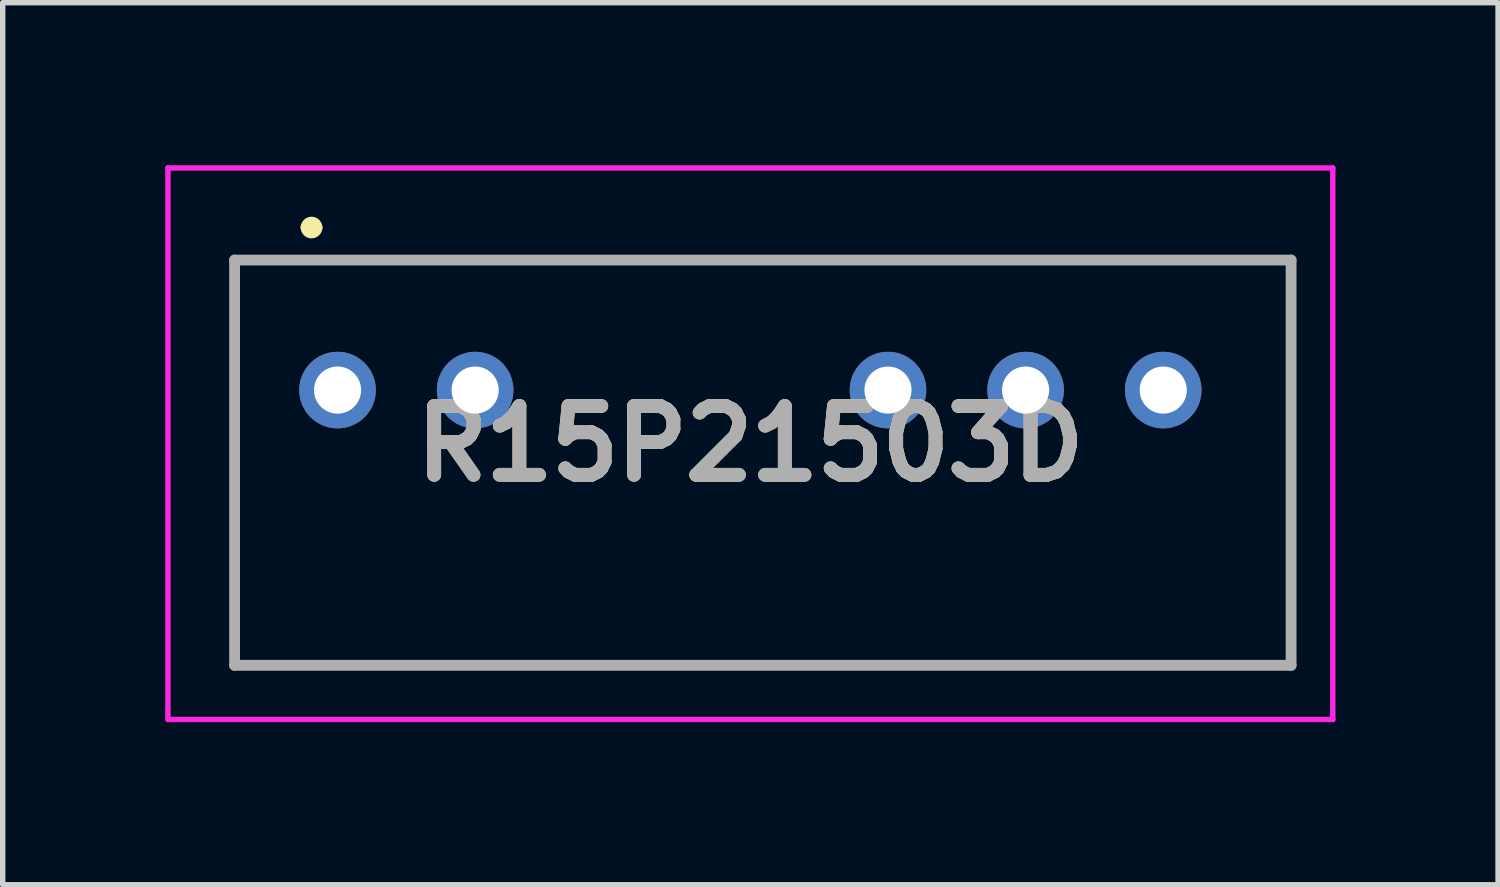
<source format=kicad_pcb>
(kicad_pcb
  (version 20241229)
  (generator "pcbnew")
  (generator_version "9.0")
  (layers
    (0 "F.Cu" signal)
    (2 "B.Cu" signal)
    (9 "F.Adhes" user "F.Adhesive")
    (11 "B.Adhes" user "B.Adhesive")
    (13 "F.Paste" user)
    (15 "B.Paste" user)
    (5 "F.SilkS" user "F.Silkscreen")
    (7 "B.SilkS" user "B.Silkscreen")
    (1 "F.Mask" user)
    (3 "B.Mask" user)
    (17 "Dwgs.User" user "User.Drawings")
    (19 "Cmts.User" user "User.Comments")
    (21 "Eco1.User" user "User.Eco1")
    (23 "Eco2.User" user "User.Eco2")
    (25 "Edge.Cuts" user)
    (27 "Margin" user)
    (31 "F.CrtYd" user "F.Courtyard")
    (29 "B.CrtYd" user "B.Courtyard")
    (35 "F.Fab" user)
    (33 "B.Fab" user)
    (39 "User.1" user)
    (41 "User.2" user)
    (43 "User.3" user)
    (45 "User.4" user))
  (footprint "R15P21503D"
    (layer "F.Cu")
    (at 3.18 4.15)
    (property "Reference" "R15P21503D" (at 7.62 0.99 0) (layer "F.SilkS") (effects (font (size 1.27 1.27) (thickness 0.254))))
    (attr through_hole)
    (fp_line (start -1.9 -2.4) (end 17.6 -2.4) (stroke (width 0.1) (type solid)) (layer "F.SilkS"))
    (fp_line (start -1.9 5.08) (end -1.9 -2.4) (stroke (width 0.1) (type solid)) (layer "F.SilkS"))
    (fp_line (start -0.58 -3) (end -0.58 -3) (stroke (width 0.2) (type solid)) (layer "F.SilkS"))
    (fp_line (start -0.38 -3) (end -0.38 -3) (stroke (width 0.2) (type solid)) (layer "F.SilkS"))
    (fp_line (start 17.6 -2.4) (end 17.6 5.08) (stroke (width 0.1) (type solid)) (layer "F.SilkS"))
    (fp_line (start 17.6 5.08) (end -1.9 5.08) (stroke (width 0.1) (type solid)) (layer "F.SilkS"))
    (fp_arc (start -0.58 -3) (mid -0.48 -3.1) (end -0.38 -3) (stroke (width 0.2) (type solid)) (layer "F.SilkS"))
    (fp_arc (start -0.38 -3) (mid -0.48 -2.9) (end -0.58 -3) (stroke (width 0.2) (type solid)) (layer "F.SilkS"))
    (fp_line (start -3.13 -4.1) (end 18.37 -4.1) (stroke (width 0.1) (type solid)) (layer "F.CrtYd"))
    (fp_line (start -3.13 6.08) (end -3.13 -4.1) (stroke (width 0.1) (type solid)) (layer "F.CrtYd"))
    (fp_line (start 18.37 -4.1) (end 18.37 6.08) (stroke (width 0.1) (type solid)) (layer "F.CrtYd"))
    (fp_line (start 18.37 6.08) (end -3.13 6.08) (stroke (width 0.1) (type solid)) (layer "F.CrtYd"))
    (fp_line (start -1.9 -2.4) (end 17.6 -2.4) (stroke (width 0.2) (type solid)) (layer "F.Fab"))
    (fp_line (start -1.9 5.08) (end -1.9 -2.4) (stroke (width 0.2) (type solid)) (layer "F.Fab"))
    (fp_line (start 17.6 -2.4) (end 17.6 5.08) (stroke (width 0.2) (type solid)) (layer "F.Fab"))
    (fp_line (start 17.6 5.08) (end -1.9 5.08) (stroke (width 0.2) (type solid)) (layer "F.Fab"))
    (fp_text user "${REFERENCE}" (at 7.62 0.99 0) (layer "F.Fab") (effects (font (size 1.27 1.27) (thickness 0.254))))
    (pad "1" thru_hole circle (at 0 0) (size 1.414 1.414) (drill 0.87) (layers "*.Cu" "*.Mask"))
    (pad "2" thru_hole circle (at 2.54 0) (size 1.414 1.414) (drill 0.87) (layers "*.Cu" "*.Mask"))
    (pad "5" thru_hole circle (at 10.16 0) (size 1.414 1.414) (drill 0.87) (layers "*.Cu" "*.Mask"))
    (pad "6" thru_hole circle (at 12.7 0) (size 1.414 1.414) (drill 0.87) (layers "*.Cu" "*.Mask"))
    (pad "7" thru_hole circle (at 15.24 0) (size 1.414 1.414) (drill 0.87) (layers "*.Cu" "*.Mask")))
  (gr_rect
    (start -3 -3)
    (end 24.6 13.28)
    (stroke (width 0.1) (type default))
    (fill no)
    (layer "Edge.Cuts")))
</source>
